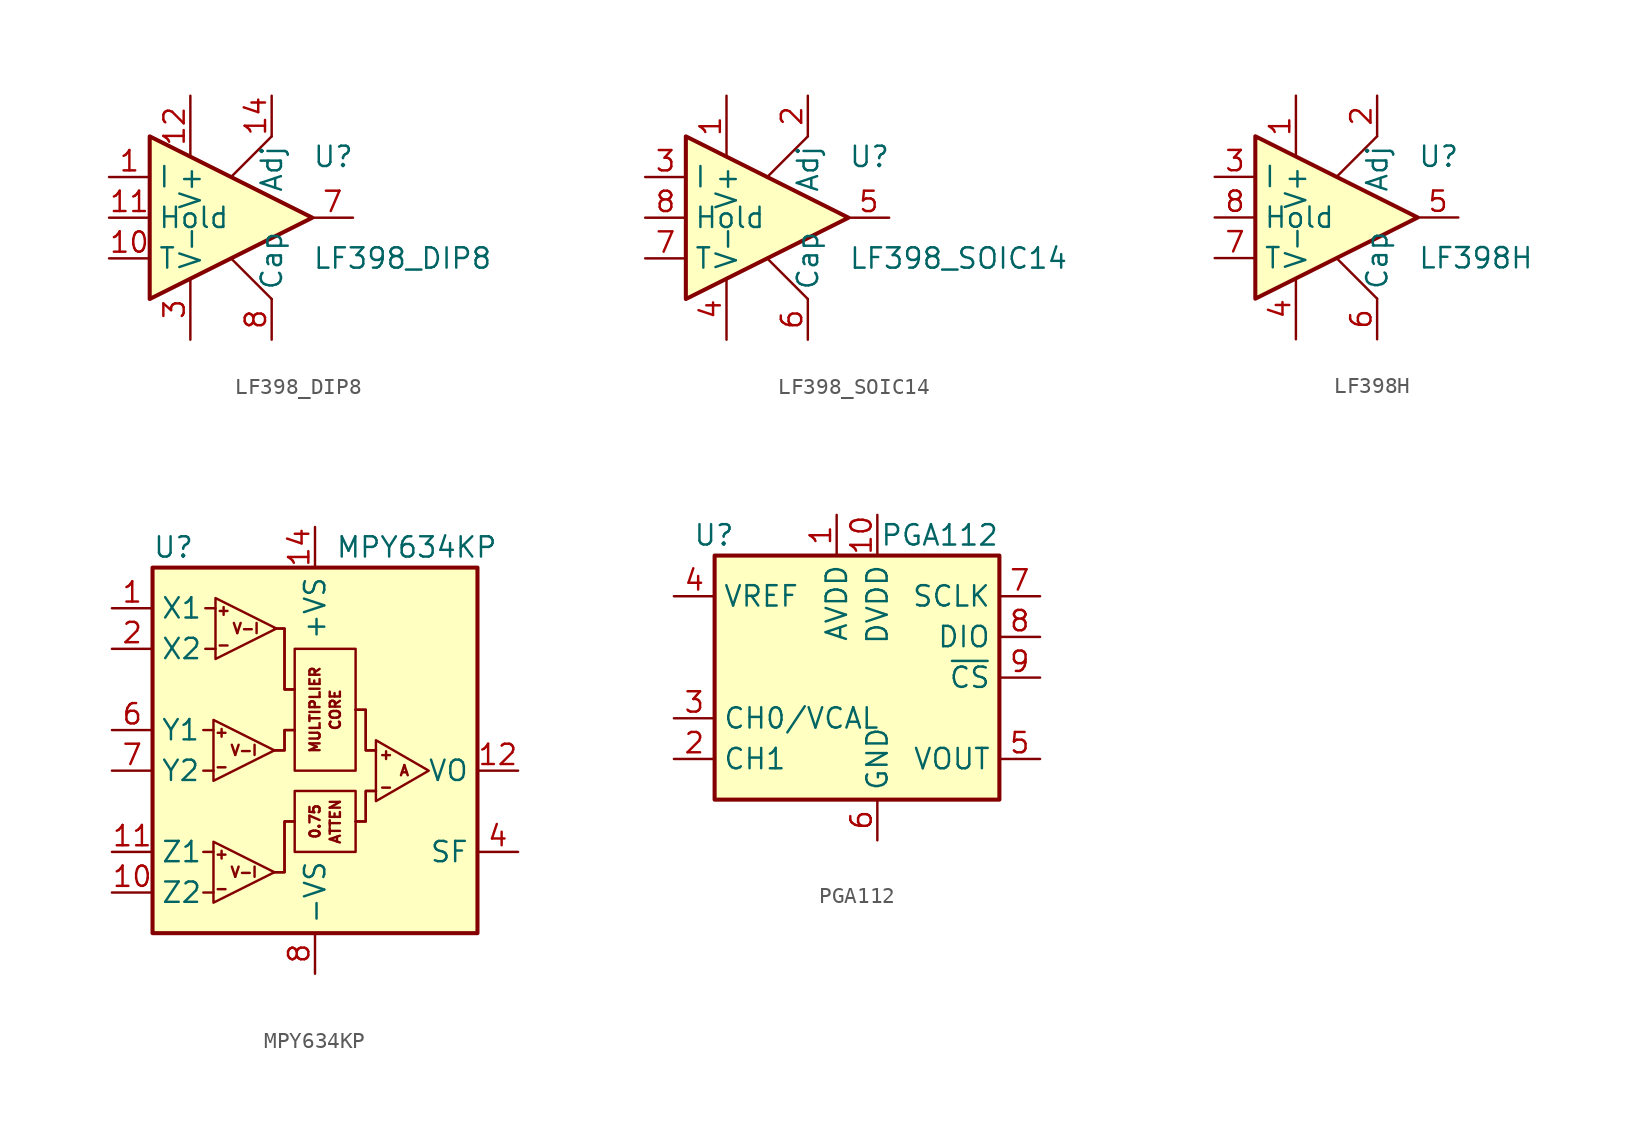
<source format=kicad_sym>
(kicad_symbol_lib
  (version 20201005)
  (generator kicad_symbol_editor)
  (symbol "LF398_DIP8"
    (property "Reference" "U"
      (at 5.08 3.81 0)
      (effects (font (size 1.27 1.27)) (justify left)))
    (property "Value" "LF398_DIP8"
      (at 5.08 -2.54 0)
      (effects (font (size 1.27 1.27)) (justify left)))
    (symbol "LF398_DIP8_0_1"
      (polyline (pts (xy 0 -2.54) (xy 2.54 -5.08)) (stroke (width 0)) (fill (type none)))
      (polyline (pts (xy 2.54 5.08) (xy 0 2.54)) (stroke (width 0)) (fill (type none)))
      (polyline (pts (xy -5.08 5.08) (xy 5.08 0) (xy -5.08 -5.08) (xy -5.08 5.08)) (stroke (width 0.254)) (fill (type background))))
    (symbol "LF398_DIP8_1_1"
      (pin input line (at -7.62 2.54 0) (length 2.54) (name "I" (effects (font (size 1.27 1.27)))) (number "1" (effects (font (size 1.27 1.27)))))
      (pin passive line (at -7.62 -2.54 0) (length 2.54) (name "T" (effects (font (size 1.27 1.27)))) (number "10" (effects (font (size 1.27 1.27)))))
      (pin input line (at -7.62 0 0) (length 2.54) (name "Hold" (effects (font (size 1.27 1.27)))) (number "11" (effects (font (size 1.27 1.27)))))
      (pin passive line (at -2.54 7.62 270) (length 3.81) (name "V+" (effects (font (size 1.27 1.27)))) (number "12" (effects (font (size 1.27 1.27)))))
      (pin no_connect line (at 0 -2.54 90) (length 2.54) hide (name "NC" (effects (font (size 1.27 1.27)))) (number "13" (effects (font (size 1.27 1.27)))))
      (pin passive line (at 2.54 7.62 270) (length 2.54) (name "Adj" (effects (font (size 1.27 1.27)))) (number "14" (effects (font (size 1.27 1.27)))))
      (pin no_connect line (at -5.08 2.54 270) (length 2.54) hide (name "NC" (effects (font (size 1.27 1.27)))) (number "2" (effects (font (size 1.27 1.27)))))
      (pin passive line (at -2.54 -7.62 90) (length 3.81) (name "V-" (effects (font (size 1.27 1.27)))) (number "3" (effects (font (size 1.27 1.27)))))
      (pin no_connect line (at -2.54 2.54 270) (length 2.54) hide (name "NC" (effects (font (size 1.27 1.27)))) (number "4" (effects (font (size 1.27 1.27)))))
      (pin no_connect line (at -5.08 -2.54 90) (length 2.54) hide (name "NC" (effects (font (size 1.27 1.27)))) (number "5" (effects (font (size 1.27 1.27)))))
      (pin no_connect line (at -2.54 -2.54 90) (length 2.54) hide (name "NC" (effects (font (size 1.27 1.27)))) (number "6" (effects (font (size 1.27 1.27)))))
      (pin output line (at 7.62 0 180) (length 2.54) (name "~" (effects (font (size 1.27 1.27)))) (number "7" (effects (font (size 1.27 1.27)))))
      (pin passive line (at 2.54 -7.62 90) (length 2.54) (name "Cap" (effects (font (size 1.27 1.27)))) (number "8" (effects (font (size 1.27 1.27)))))
      (pin no_connect line (at 0 2.54 270) (length 2.54) hide (name "NC" (effects (font (size 1.27 1.27)))) (number "9" (effects (font (size 1.27 1.27)))))))
  (symbol "LF398_SOIC14"
    (property "Reference" "U"
      (at 5.08 3.81 0)
      (effects (font (size 1.27 1.27)) (justify left)))
    (property "Value" "LF398_SOIC14"
      (at 5.08 -2.54 0)
      (effects (font (size 1.27 1.27)) (justify left)))
    (symbol "LF398_SOIC14_0_1"
      (polyline (pts (xy 0 -2.54) (xy 2.54 -5.08)) (stroke (width 0)) (fill (type none)))
      (polyline (pts (xy 2.54 5.08) (xy 0 2.54)) (stroke (width 0)) (fill (type none)))
      (polyline (pts (xy -5.08 5.08) (xy 5.08 0) (xy -5.08 -5.08) (xy -5.08 5.08)) (stroke (width 0.254)) (fill (type background))))
    (symbol "LF398_SOIC14_1_1"
      (pin passive line (at -2.54 7.62 270) (length 3.81) (name "V+" (effects (font (size 1.27 1.27)))) (number "1" (effects (font (size 1.27 1.27)))))
      (pin passive line (at 2.54 7.62 270) (length 2.54) (name "Adj" (effects (font (size 1.27 1.27)))) (number "2" (effects (font (size 1.27 1.27)))))
      (pin input line (at -7.62 2.54 0) (length 2.54) (name "I" (effects (font (size 1.27 1.27)))) (number "3" (effects (font (size 1.27 1.27)))))
      (pin passive line (at -2.54 -7.62 90) (length 3.81) (name "V-" (effects (font (size 1.27 1.27)))) (number "4" (effects (font (size 1.27 1.27)))))
      (pin output line (at 7.62 0 180) (length 2.54) (name "~" (effects (font (size 1.27 1.27)))) (number "5" (effects (font (size 1.27 1.27)))))
      (pin passive line (at 2.54 -7.62 90) (length 2.54) (name "Cap" (effects (font (size 1.27 1.27)))) (number "6" (effects (font (size 1.27 1.27)))))
      (pin passive line (at -7.62 -2.54 0) (length 2.54) (name "T" (effects (font (size 1.27 1.27)))) (number "7" (effects (font (size 1.27 1.27)))))
      (pin input line (at -7.62 0 0) (length 2.54) (name "Hold" (effects (font (size 1.27 1.27)))) (number "8" (effects (font (size 1.27 1.27)))))))
  (symbol "LF398H"
    (property "Reference" "U"
      (at 5.08 3.81 0)
      (effects (font (size 1.27 1.27)) (justify left)))
    (property "Value" "LF398H"
      (at 5.08 -2.54 0)
      (effects (font (size 1.27 1.27)) (justify left)))
    (symbol "LF398H_0_1"
      (polyline (pts (xy 0 -2.54) (xy 2.54 -5.08)) (stroke (width 0)) (fill (type none)))
      (polyline (pts (xy 2.54 5.08) (xy 0 2.54)) (stroke (width 0)) (fill (type none)))
      (polyline (pts (xy -5.08 5.08) (xy 5.08 0) (xy -5.08 -5.08) (xy -5.08 5.08)) (stroke (width 0.254)) (fill (type background))))
    (symbol "LF398H_1_1"
      (pin passive line (at -2.54 7.62 270) (length 3.81) (name "V+" (effects (font (size 1.27 1.27)))) (number "1" (effects (font (size 1.27 1.27)))))
      (pin passive line (at 2.54 7.62 270) (length 2.54) (name "Adj" (effects (font (size 1.27 1.27)))) (number "2" (effects (font (size 1.27 1.27)))))
      (pin input line (at -7.62 2.54 0) (length 2.54) (name "I" (effects (font (size 1.27 1.27)))) (number "3" (effects (font (size 1.27 1.27)))))
      (pin passive line (at -2.54 -7.62 90) (length 3.81) (name "V-" (effects (font (size 1.27 1.27)))) (number "4" (effects (font (size 1.27 1.27)))))
      (pin output line (at 7.62 0 180) (length 2.54) (name "~" (effects (font (size 1.27 1.27)))) (number "5" (effects (font (size 1.27 1.27)))))
      (pin passive line (at 2.54 -7.62 90) (length 2.54) (name "Cap" (effects (font (size 1.27 1.27)))) (number "6" (effects (font (size 1.27 1.27)))))
      (pin passive line (at -7.62 -2.54 0) (length 2.54) (name "T" (effects (font (size 1.27 1.27)))) (number "7" (effects (font (size 1.27 1.27)))))
      (pin input line (at -7.62 0 0) (length 2.54) (name "Hold" (effects (font (size 1.27 1.27)))) (number "8" (effects (font (size 1.27 1.27)))))))
  (symbol "MPY634KP"
    (property "Reference" "U"
      (at -10.16 13.97 0)
      (effects (font (size 1.27 1.27)) (justify left)))
    (property "Value" "MPY634KP"
      (at 1.27 13.97 0)
      (effects (font (size 1.27 1.27)) (justify left)))
    (symbol "MPY634KP_0_0"
      (text "+" (at -5.842 -5.207 0) (effects (font (size 0.635 0.635))))
      (text "+" (at -5.842 2.413 0) (effects (font (size 0.635 0.635))))
      (text "+" (at -5.715 10.033 0) (effects (font (size 0.635 0.635))))
      (text "+" (at 4.445 1.016 0) (effects (font (size 0.635 0.635))))
      (text "-" (at -5.842 -7.366 0) (effects (font (size 0.635 0.635))))
      (text "-" (at -5.842 0.254 0) (effects (font (size 0.635 0.635))))
      (text "-" (at -5.715 7.874 0) (effects (font (size 0.635 0.635))))
      (text "-" (at 4.445 -1.016 0) (effects (font (size 0.635 0.635))))
      (text "A" (at 5.588 0 0) (effects (font (size 0.635 0.635))))
      (text "V-I" (at -4.445 -6.35 0) (effects (font (size 0.635 0.635))))
      (text "V-I" (at -4.445 1.27 0) (effects (font (size 0.635 0.635))))
      (text "V-I" (at -4.318 8.89 0) (effects (font (size 0.635 0.635))))
      (polyline (pts (xy -1.27 -3.175) (xy -1.905 -3.175) (xy -1.905 -6.35) (xy -2.54 -6.35)) (stroke (width 0)) (fill (type none)))
      (polyline (pts (xy -1.27 -3.175) (xy -1.905 -3.175) (xy -1.905 -6.35) (xy -2.54 -6.35)) (stroke (width 0)) (fill (type none)))
      (polyline (pts (xy -1.27 2.54) (xy -1.905 2.54) (xy -1.905 1.27) (xy -2.54 1.27)) (stroke (width 0)) (fill (type none)))
      (polyline (pts (xy -1.27 2.54) (xy -1.905 2.54) (xy -1.905 1.27) (xy -2.54 1.27)) (stroke (width 0)) (fill (type none)))
      (polyline (pts (xy -1.27 5.08) (xy -1.905 5.08) (xy -1.905 8.89) (xy -2.54 8.89)) (stroke (width 0)) (fill (type none)))
      (polyline (pts (xy -1.27 5.08) (xy -1.905 5.08) (xy -1.905 8.89) (xy -2.54 8.89)) (stroke (width 0)) (fill (type none)))
      (polyline (pts (xy 3.81 -1.27) (xy 3.175 -1.27) (xy 3.175 -3.175) (xy 2.54 -3.175)) (stroke (width 0)) (fill (type none)))
      (polyline (pts (xy 3.81 -1.27) (xy 3.175 -1.27) (xy 3.175 -3.175) (xy 2.54 -3.175)) (stroke (width 0)) (fill (type none)))
      (polyline (pts (xy 3.81 1.27) (xy 3.175 1.27) (xy 3.175 3.81) (xy 2.54 3.81)) (stroke (width 0)) (fill (type none)))
      (polyline (pts (xy 3.81 1.27) (xy 3.175 1.27) (xy 3.175 3.81) (xy 2.54 3.81)) (stroke (width 0)) (fill (type none))))
    (symbol "MPY634KP_0_1"
      (rectangle (start -10.16 12.7) (end 10.16 -10.16) (stroke (width 0.254)) (fill (type background)))
      (rectangle (start -1.27 -1.27) (end 2.54 -5.08) (stroke (width 0)) (fill (type none)))
      (rectangle (start -1.27 7.62) (end 2.54 0) (stroke (width 0)) (fill (type none)))
      (polyline (pts (xy -6.985 -7.62) (xy -6.35 -7.62)) (stroke (width 0)) (fill (type none)))
      (polyline (pts (xy -6.985 -5.08) (xy -6.35 -5.08)) (stroke (width 0)) (fill (type none)))
      (polyline (pts (xy -6.985 0) (xy -6.35 0)) (stroke (width 0)) (fill (type none)))
      (polyline (pts (xy -6.985 2.54) (xy -6.35 2.54)) (stroke (width 0)) (fill (type none)))
      (polyline (pts (xy -6.858 7.62) (xy -6.223 7.62)) (stroke (width 0)) (fill (type none)))
      (polyline (pts (xy -6.858 10.16) (xy -6.223 10.16)) (stroke (width 0)) (fill (type none)))
      (polyline (pts (xy -6.35 -4.445) (xy -6.35 -8.255) (xy -2.54 -6.35) (xy -6.35 -4.445)) (stroke (width 0)) (fill (type none)))
      (polyline (pts (xy -6.35 3.175) (xy -6.35 -0.635) (xy -2.54 1.27) (xy -6.35 3.175)) (stroke (width 0)) (fill (type none)))
      (polyline (pts (xy -6.223 10.795) (xy -6.223 6.985) (xy -2.413 8.89) (xy -6.223 10.795)) (stroke (width 0)) (fill (type none)))
      (polyline (pts (xy 3.81 1.905) (xy 3.81 -1.905) (xy 7.112 0) (xy 3.81 1.905)) (stroke (width 0)) (fill (type none))))
    (symbol "MPY634KP_1_0"
      (text "0.75" (at 0 -3.175 900) (effects (font (size 0.635 0.635))))
      (text "ATTEN" (at 1.27 -3.175 900) (effects (font (size 0.635 0.635))))
      (text "CORE" (at 1.27 3.81 900) (effects (font (size 0.635 0.635))))
      (text "MULTIPLIER" (at 0 3.81 900) (effects (font (size 0.635 0.635)))))
    (symbol "MPY634KP_1_1"
      (pin input line (at -12.7 10.16 0) (length 2.54) (name "X1" (effects (font (size 1.27 1.27)))) (number "1" (effects (font (size 1.27 1.27)))))
      (pin input line (at -12.7 -7.62 0) (length 2.54) (name "Z2" (effects (font (size 1.27 1.27)))) (number "10" (effects (font (size 1.27 1.27)))))
      (pin input line (at -12.7 -5.08 0) (length 2.54) (name "Z1" (effects (font (size 1.27 1.27)))) (number "11" (effects (font (size 1.27 1.27)))))
      (pin output line (at 12.7 0 180) (length 2.54) (name "VO" (effects (font (size 1.27 1.27)))) (number "12" (effects (font (size 1.27 1.27)))))
      (pin no_connect line (at 10.16 2.54 180) (length 2.54) hide (name "NC" (effects (font (size 1.27 1.27)))) (number "13" (effects (font (size 1.27 1.27)))))
      (pin power_in line (at 0 15.24 270) (length 2.54) (name "+VS" (effects (font (size 1.27 1.27)))) (number "14" (effects (font (size 1.27 1.27)))))
      (pin input line (at -12.7 7.62 0) (length 2.54) (name "X2" (effects (font (size 1.27 1.27)))) (number "2" (effects (font (size 1.27 1.27)))))
      (pin no_connect line (at 10.16 10.16 180) (length 2.54) hide (name "NC" (effects (font (size 1.27 1.27)))) (number "3" (effects (font (size 1.27 1.27)))))
      (pin passive line (at 12.7 -5.08 180) (length 2.54) (name "SF" (effects (font (size 1.27 1.27)))) (number "4" (effects (font (size 1.27 1.27)))))
      (pin no_connect line (at 10.16 7.62 180) (length 2.54) hide (name "NC" (effects (font (size 1.27 1.27)))) (number "5" (effects (font (size 1.27 1.27)))))
      (pin input line (at -12.7 2.54 0) (length 2.54) (name "Y1" (effects (font (size 1.27 1.27)))) (number "6" (effects (font (size 1.27 1.27)))))
      (pin input line (at -12.7 0 0) (length 2.54) (name "Y2" (effects (font (size 1.27 1.27)))) (number "7" (effects (font (size 1.27 1.27)))))
      (pin power_in line (at 0 -12.7 90) (length 2.54) (name "-VS" (effects (font (size 1.27 1.27)))) (number "8" (effects (font (size 1.27 1.27)))))
      (pin no_connect line (at 10.16 5.08 180) (length 2.54) hide (name "NC" (effects (font (size 1.27 1.27)))) (number "9" (effects (font (size 1.27 1.27)))))))
  (symbol "PGA112"
    (property "Reference" "U"
      (at -8.89 8.89 0)
      (effects (font (size 1.27 1.27)) (justify right)))
    (property "Value" "PGA112"
      (at 7.62 8.89 0)
      (effects (font (size 1.27 1.27)) (justify right)))
    (symbol "PGA112_0_1"
      (rectangle (start -10.16 7.62) (end 7.62 -7.62) (stroke (width 0.254)) (fill (type background))))
    (symbol "PGA112_1_1"
      (pin power_in line (at -2.54 10.16 270) (length 2.54) (name "AVDD" (effects (font (size 1.27 1.27)))) (number "1" (effects (font (size 1.27 1.27)))))
      (pin power_in line (at 0 10.16 270) (length 2.54) (name "DVDD" (effects (font (size 1.27 1.27)))) (number "10" (effects (font (size 1.27 1.27)))))
      (pin input line (at -12.7 -5.08 0) (length 2.54) (name "CH1" (effects (font (size 1.27 1.27)))) (number "2" (effects (font (size 1.27 1.27)))))
      (pin input line (at -12.7 -2.54 0) (length 2.54) (name "CH0/VCAL" (effects (font (size 1.27 1.27)))) (number "3" (effects (font (size 1.27 1.27)))))
      (pin input line (at -12.7 5.08 0) (length 2.54) (name "VREF" (effects (font (size 1.27 1.27)))) (number "4" (effects (font (size 1.27 1.27)))))
      (pin output line (at 10.16 -5.08 180) (length 2.54) (name "VOUT" (effects (font (size 1.27 1.27)))) (number "5" (effects (font (size 1.27 1.27)))))
      (pin power_in line (at 0 -10.16 90) (length 2.54) (name "GND" (effects (font (size 1.27 1.27)))) (number "6" (effects (font (size 1.27 1.27)))))
      (pin input line (at 10.16 5.08 180) (length 2.54) (name "SCLK" (effects (font (size 1.27 1.27)))) (number "7" (effects (font (size 1.27 1.27)))))
      (pin bidirectional line (at 10.16 2.54 180) (length 2.54) (name "DIO" (effects (font (size 1.27 1.27)))) (number "8" (effects (font (size 1.27 1.27)))))
      (pin input line (at 10.16 0 180) (length 2.54) (name "~CS" (effects (font (size 1.27 1.27)))) (number "9" (effects (font (size 1.27 1.27))))))))
</source>
